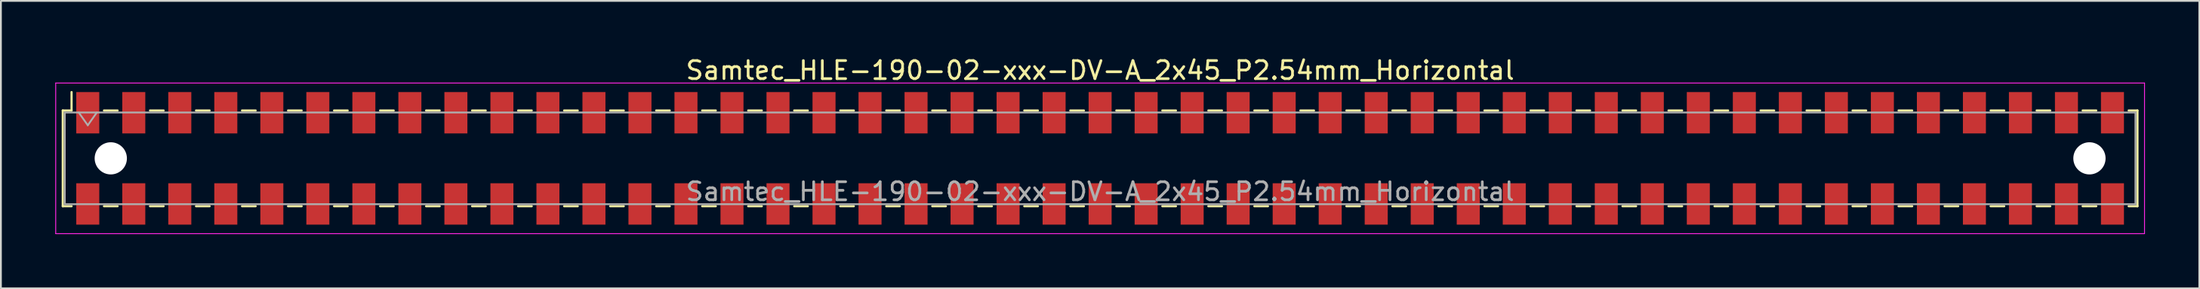
<source format=kicad_pcb>
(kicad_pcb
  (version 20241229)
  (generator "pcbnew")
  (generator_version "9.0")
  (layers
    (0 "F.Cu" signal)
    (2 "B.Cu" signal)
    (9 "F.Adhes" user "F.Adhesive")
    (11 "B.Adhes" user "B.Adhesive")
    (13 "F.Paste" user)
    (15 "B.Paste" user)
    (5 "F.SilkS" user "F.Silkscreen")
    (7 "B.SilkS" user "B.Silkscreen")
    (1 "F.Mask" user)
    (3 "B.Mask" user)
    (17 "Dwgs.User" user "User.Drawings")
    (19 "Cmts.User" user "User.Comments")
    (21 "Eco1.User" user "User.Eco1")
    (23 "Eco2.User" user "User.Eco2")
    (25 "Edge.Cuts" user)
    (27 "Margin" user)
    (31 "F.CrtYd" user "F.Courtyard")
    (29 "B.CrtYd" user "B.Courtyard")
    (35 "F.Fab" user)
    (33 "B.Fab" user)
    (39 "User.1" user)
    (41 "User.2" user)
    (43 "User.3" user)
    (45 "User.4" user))
  (footprint "Samtec_HLE-190-02-xxx-DV-A_2x45_P2.54mm_Horizontal"
    (layer "F.Cu")
    (at 57.675 5.718)
    (property "Reference" "Samtec_HLE-190-02-xxx-DV-A_2x45_P2.54mm_Horizontal" (at 0 -4.87 0) (layer "F.SilkS") (effects (font (size 1 1) (thickness 0.15))))
    (attr smd)
    (fp_line (start -57.26 -2.65) (end -57.26 2.65) (stroke (width 0.12) (type solid)) (layer "F.SilkS"))
    (fp_line (start -57.26 2.65) (end -56.775 2.65) (stroke (width 0.12) (type solid)) (layer "F.SilkS"))
    (fp_line (start -56.775 -3.67) (end -56.775 -2.65) (stroke (width 0.12) (type solid)) (layer "F.SilkS"))
    (fp_line (start -56.775 -2.65) (end -57.26 -2.65) (stroke (width 0.12) (type solid)) (layer "F.SilkS"))
    (fp_line (start -54.985 -2.65) (end -54.235 -2.65) (stroke (width 0.12) (type solid)) (layer "F.SilkS"))
    (fp_line (start -54.985 2.65) (end -54.235 2.65) (stroke (width 0.12) (type solid)) (layer "F.SilkS"))
    (fp_line (start -52.445 -2.65) (end -51.695 -2.65) (stroke (width 0.12) (type solid)) (layer "F.SilkS"))
    (fp_line (start -52.445 2.65) (end -51.695 2.65) (stroke (width 0.12) (type solid)) (layer "F.SilkS"))
    (fp_line (start -49.905 -2.65) (end -49.155 -2.65) (stroke (width 0.12) (type solid)) (layer "F.SilkS"))
    (fp_line (start -49.905 2.65) (end -49.155 2.65) (stroke (width 0.12) (type solid)) (layer "F.SilkS"))
    (fp_line (start -47.365 -2.65) (end -46.615 -2.65) (stroke (width 0.12) (type solid)) (layer "F.SilkS"))
    (fp_line (start -47.365 2.65) (end -46.615 2.65) (stroke (width 0.12) (type solid)) (layer "F.SilkS"))
    (fp_line (start -44.825 -2.65) (end -44.075 -2.65) (stroke (width 0.12) (type solid)) (layer "F.SilkS"))
    (fp_line (start -44.825 2.65) (end -44.075 2.65) (stroke (width 0.12) (type solid)) (layer "F.SilkS"))
    (fp_line (start -42.285 -2.65) (end -41.535 -2.65) (stroke (width 0.12) (type solid)) (layer "F.SilkS"))
    (fp_line (start -42.285 2.65) (end -41.535 2.65) (stroke (width 0.12) (type solid)) (layer "F.SilkS"))
    (fp_line (start -39.745 -2.65) (end -38.995 -2.65) (stroke (width 0.12) (type solid)) (layer "F.SilkS"))
    (fp_line (start -39.745 2.65) (end -38.995 2.65) (stroke (width 0.12) (type solid)) (layer "F.SilkS"))
    (fp_line (start -37.205 -2.65) (end -36.455 -2.65) (stroke (width 0.12) (type solid)) (layer "F.SilkS"))
    (fp_line (start -37.205 2.65) (end -36.455 2.65) (stroke (width 0.12) (type solid)) (layer "F.SilkS"))
    (fp_line (start -34.665 -2.65) (end -33.915 -2.65) (stroke (width 0.12) (type solid)) (layer "F.SilkS"))
    (fp_line (start -34.665 2.65) (end -33.915 2.65) (stroke (width 0.12) (type solid)) (layer "F.SilkS"))
    (fp_line (start -32.125 -2.65) (end -31.375 -2.65) (stroke (width 0.12) (type solid)) (layer "F.SilkS"))
    (fp_line (start -32.125 2.65) (end -31.375 2.65) (stroke (width 0.12) (type solid)) (layer "F.SilkS"))
    (fp_line (start -29.585 -2.65) (end -28.835 -2.65) (stroke (width 0.12) (type solid)) (layer "F.SilkS"))
    (fp_line (start -29.585 2.65) (end -28.835 2.65) (stroke (width 0.12) (type solid)) (layer "F.SilkS"))
    (fp_line (start -27.045 -2.65) (end -26.295 -2.65) (stroke (width 0.12) (type solid)) (layer "F.SilkS"))
    (fp_line (start -27.045 2.65) (end -26.295 2.65) (stroke (width 0.12) (type solid)) (layer "F.SilkS"))
    (fp_line (start -24.505 -2.65) (end -23.755 -2.65) (stroke (width 0.12) (type solid)) (layer "F.SilkS"))
    (fp_line (start -24.505 2.65) (end -23.755 2.65) (stroke (width 0.12) (type solid)) (layer "F.SilkS"))
    (fp_line (start -21.965 -2.65) (end -21.215 -2.65) (stroke (width 0.12) (type solid)) (layer "F.SilkS"))
    (fp_line (start -21.965 2.65) (end -21.215 2.65) (stroke (width 0.12) (type solid)) (layer "F.SilkS"))
    (fp_line (start -19.425 -2.65) (end -18.675 -2.65) (stroke (width 0.12) (type solid)) (layer "F.SilkS"))
    (fp_line (start -19.425 2.65) (end -18.675 2.65) (stroke (width 0.12) (type solid)) (layer "F.SilkS"))
    (fp_line (start -16.885 -2.65) (end -16.135 -2.65) (stroke (width 0.12) (type solid)) (layer "F.SilkS"))
    (fp_line (start -16.885 2.65) (end -16.135 2.65) (stroke (width 0.12) (type solid)) (layer "F.SilkS"))
    (fp_line (start -14.345 -2.65) (end -13.595 -2.65) (stroke (width 0.12) (type solid)) (layer "F.SilkS"))
    (fp_line (start -14.345 2.65) (end -13.595 2.65) (stroke (width 0.12) (type solid)) (layer "F.SilkS"))
    (fp_line (start -11.805 -2.65) (end -11.055 -2.65) (stroke (width 0.12) (type solid)) (layer "F.SilkS"))
    (fp_line (start -11.805 2.65) (end -11.055 2.65) (stroke (width 0.12) (type solid)) (layer "F.SilkS"))
    (fp_line (start -9.265 -2.65) (end -8.515 -2.65) (stroke (width 0.12) (type solid)) (layer "F.SilkS"))
    (fp_line (start -9.265 2.65) (end -8.515 2.65) (stroke (width 0.12) (type solid)) (layer "F.SilkS"))
    (fp_line (start -6.725 -2.65) (end -5.975 -2.65) (stroke (width 0.12) (type solid)) (layer "F.SilkS"))
    (fp_line (start -6.725 2.65) (end -5.975 2.65) (stroke (width 0.12) (type solid)) (layer "F.SilkS"))
    (fp_line (start -4.185 -2.65) (end -3.435 -2.65) (stroke (width 0.12) (type solid)) (layer "F.SilkS"))
    (fp_line (start -4.185 2.65) (end -3.435 2.65) (stroke (width 0.12) (type solid)) (layer "F.SilkS"))
    (fp_line (start -1.645 -2.65) (end -0.895 -2.65) (stroke (width 0.12) (type solid)) (layer "F.SilkS"))
    (fp_line (start -1.645 2.65) (end -0.895 2.65) (stroke (width 0.12) (type solid)) (layer "F.SilkS"))
    (fp_line (start 0.895 -2.65) (end 1.645 -2.65) (stroke (width 0.12) (type solid)) (layer "F.SilkS"))
    (fp_line (start 0.895 2.65) (end 1.645 2.65) (stroke (width 0.12) (type solid)) (layer "F.SilkS"))
    (fp_line (start 3.435 -2.65) (end 4.185 -2.65) (stroke (width 0.12) (type solid)) (layer "F.SilkS"))
    (fp_line (start 3.435 2.65) (end 4.185 2.65) (stroke (width 0.12) (type solid)) (layer "F.SilkS"))
    (fp_line (start 5.975 -2.65) (end 6.725 -2.65) (stroke (width 0.12) (type solid)) (layer "F.SilkS"))
    (fp_line (start 5.975 2.65) (end 6.725 2.65) (stroke (width 0.12) (type solid)) (layer "F.SilkS"))
    (fp_line (start 8.515 -2.65) (end 9.265 -2.65) (stroke (width 0.12) (type solid)) (layer "F.SilkS"))
    (fp_line (start 8.515 2.65) (end 9.265 2.65) (stroke (width 0.12) (type solid)) (layer "F.SilkS"))
    (fp_line (start 11.055 -2.65) (end 11.805 -2.65) (stroke (width 0.12) (type solid)) (layer "F.SilkS"))
    (fp_line (start 11.055 2.65) (end 11.805 2.65) (stroke (width 0.12) (type solid)) (layer "F.SilkS"))
    (fp_line (start 13.595 -2.65) (end 14.345 -2.65) (stroke (width 0.12) (type solid)) (layer "F.SilkS"))
    (fp_line (start 13.595 2.65) (end 14.345 2.65) (stroke (width 0.12) (type solid)) (layer "F.SilkS"))
    (fp_line (start 16.135 -2.65) (end 16.885 -2.65) (stroke (width 0.12) (type solid)) (layer "F.SilkS"))
    (fp_line (start 16.135 2.65) (end 16.885 2.65) (stroke (width 0.12) (type solid)) (layer "F.SilkS"))
    (fp_line (start 18.675 -2.65) (end 19.425 -2.65) (stroke (width 0.12) (type solid)) (layer "F.SilkS"))
    (fp_line (start 18.675 2.65) (end 19.425 2.65) (stroke (width 0.12) (type solid)) (layer "F.SilkS"))
    (fp_line (start 21.215 -2.65) (end 21.965 -2.65) (stroke (width 0.12) (type solid)) (layer "F.SilkS"))
    (fp_line (start 21.215 2.65) (end 21.965 2.65) (stroke (width 0.12) (type solid)) (layer "F.SilkS"))
    (fp_line (start 23.755 -2.65) (end 24.505 -2.65) (stroke (width 0.12) (type solid)) (layer "F.SilkS"))
    (fp_line (start 23.755 2.65) (end 24.505 2.65) (stroke (width 0.12) (type solid)) (layer "F.SilkS"))
    (fp_line (start 26.295 -2.65) (end 27.045 -2.65) (stroke (width 0.12) (type solid)) (layer "F.SilkS"))
    (fp_line (start 26.295 2.65) (end 27.045 2.65) (stroke (width 0.12) (type solid)) (layer "F.SilkS"))
    (fp_line (start 28.835 -2.65) (end 29.585 -2.65) (stroke (width 0.12) (type solid)) (layer "F.SilkS"))
    (fp_line (start 28.835 2.65) (end 29.585 2.65) (stroke (width 0.12) (type solid)) (layer "F.SilkS"))
    (fp_line (start 31.375 -2.65) (end 32.125 -2.65) (stroke (width 0.12) (type solid)) (layer "F.SilkS"))
    (fp_line (start 31.375 2.65) (end 32.125 2.65) (stroke (width 0.12) (type solid)) (layer "F.SilkS"))
    (fp_line (start 33.915 -2.65) (end 34.665 -2.65) (stroke (width 0.12) (type solid)) (layer "F.SilkS"))
    (fp_line (start 33.915 2.65) (end 34.665 2.65) (stroke (width 0.12) (type solid)) (layer "F.SilkS"))
    (fp_line (start 36.455 -2.65) (end 37.205 -2.65) (stroke (width 0.12) (type solid)) (layer "F.SilkS"))
    (fp_line (start 36.455 2.65) (end 37.205 2.65) (stroke (width 0.12) (type solid)) (layer "F.SilkS"))
    (fp_line (start 38.995 -2.65) (end 39.745 -2.65) (stroke (width 0.12) (type solid)) (layer "F.SilkS"))
    (fp_line (start 38.995 2.65) (end 39.745 2.65) (stroke (width 0.12) (type solid)) (layer "F.SilkS"))
    (fp_line (start 41.535 -2.65) (end 42.285 -2.65) (stroke (width 0.12) (type solid)) (layer "F.SilkS"))
    (fp_line (start 41.535 2.65) (end 42.285 2.65) (stroke (width 0.12) (type solid)) (layer "F.SilkS"))
    (fp_line (start 44.075 -2.65) (end 44.825 -2.65) (stroke (width 0.12) (type solid)) (layer "F.SilkS"))
    (fp_line (start 44.075 2.65) (end 44.825 2.65) (stroke (width 0.12) (type solid)) (layer "F.SilkS"))
    (fp_line (start 46.615 -2.65) (end 47.365 -2.65) (stroke (width 0.12) (type solid)) (layer "F.SilkS"))
    (fp_line (start 46.615 2.65) (end 47.365 2.65) (stroke (width 0.12) (type solid)) (layer "F.SilkS"))
    (fp_line (start 49.155 -2.65) (end 49.905 -2.65) (stroke (width 0.12) (type solid)) (layer "F.SilkS"))
    (fp_line (start 49.155 2.65) (end 49.905 2.65) (stroke (width 0.12) (type solid)) (layer "F.SilkS"))
    (fp_line (start 51.695 -2.65) (end 52.445 -2.65) (stroke (width 0.12) (type solid)) (layer "F.SilkS"))
    (fp_line (start 51.695 2.65) (end 52.445 2.65) (stroke (width 0.12) (type solid)) (layer "F.SilkS"))
    (fp_line (start 54.235 -2.65) (end 54.985 -2.65) (stroke (width 0.12) (type solid)) (layer "F.SilkS"))
    (fp_line (start 54.235 2.65) (end 54.985 2.65) (stroke (width 0.12) (type solid)) (layer "F.SilkS"))
    (fp_line (start 56.775 -2.65) (end 57.26 -2.65) (stroke (width 0.12) (type solid)) (layer "F.SilkS"))
    (fp_line (start 57.26 -2.65) (end 57.26 2.65) (stroke (width 0.12) (type solid)) (layer "F.SilkS"))
    (fp_line (start 57.26 2.65) (end 56.775 2.65) (stroke (width 0.12) (type solid)) (layer "F.SilkS"))
    (fp_line (start -57.65 -4.17) (end 57.65 -4.17) (stroke (width 0.05) (type solid)) (layer "F.CrtYd"))
    (fp_line (start -57.65 4.17) (end -57.65 -4.17) (stroke (width 0.05) (type solid)) (layer "F.CrtYd"))
    (fp_line (start 57.65 -4.17) (end 57.65 4.17) (stroke (width 0.05) (type solid)) (layer "F.CrtYd"))
    (fp_line (start 57.65 4.17) (end -57.65 4.17) (stroke (width 0.05) (type solid)) (layer "F.CrtYd"))
    (fp_line (start -57.15 -2.54) (end 57.15 -2.54) (stroke (width 0.1) (type solid)) (layer "F.Fab"))
    (fp_line (start -57.15 2.54) (end -57.15 -2.54) (stroke (width 0.1) (type solid)) (layer "F.Fab"))
    (fp_line (start -56.38 -2.54) (end -55.88 -1.833) (stroke (width 0.1) (type solid)) (layer "F.Fab"))
    (fp_line (start -55.88 -1.833) (end -55.38 -2.54) (stroke (width 0.1) (type solid)) (layer "F.Fab"))
    (fp_line (start 57.15 -2.54) (end 57.15 2.54) (stroke (width 0.1) (type solid)) (layer "F.Fab"))
    (fp_line (start 57.15 2.54) (end -57.15 2.54) (stroke (width 0.1) (type solid)) (layer "F.Fab"))
    (fp_text user "${REFERENCE}" (at 0 1.84 0) (layer "F.Fab") (effects (font (size 1 1) (thickness 0.15))))
    (pad "" np_thru_hole circle (at -54.61 0) (size 1.78 1.78) (drill 1.78) (layers "*.Cu" "*.Mask"))
    (pad "" np_thru_hole circle (at 54.61 0) (size 1.78 1.78) (drill 1.78) (layers "*.Cu" "*.Mask"))
    (pad "1" smd rect (at -55.88 -2.525) (size 1.27 2.29) (layers "F.Cu" "F.Mask" "F.Paste"))
    (pad "2" smd rect (at -55.88 2.525) (size 1.27 2.29) (layers "F.Cu" "F.Mask" "F.Paste"))
    (pad "3" smd rect (at -53.34 -2.525) (size 1.27 2.29) (layers "F.Cu" "F.Mask" "F.Paste"))
    (pad "4" smd rect (at -53.34 2.525) (size 1.27 2.29) (layers "F.Cu" "F.Mask" "F.Paste"))
    (pad "5" smd rect (at -50.8 -2.525) (size 1.27 2.29) (layers "F.Cu" "F.Mask" "F.Paste"))
    (pad "6" smd rect (at -50.8 2.525) (size 1.27 2.29) (layers "F.Cu" "F.Mask" "F.Paste"))
    (pad "7" smd rect (at -48.26 -2.525) (size 1.27 2.29) (layers "F.Cu" "F.Mask" "F.Paste"))
    (pad "8" smd rect (at -48.26 2.525) (size 1.27 2.29) (layers "F.Cu" "F.Mask" "F.Paste"))
    (pad "9" smd rect (at -45.72 -2.525) (size 1.27 2.29) (layers "F.Cu" "F.Mask" "F.Paste"))
    (pad "10" smd rect (at -45.72 2.525) (size 1.27 2.29) (layers "F.Cu" "F.Mask" "F.Paste"))
    (pad "11" smd rect (at -43.18 -2.525) (size 1.27 2.29) (layers "F.Cu" "F.Mask" "F.Paste"))
    (pad "12" smd rect (at -43.18 2.525) (size 1.27 2.29) (layers "F.Cu" "F.Mask" "F.Paste"))
    (pad "13" smd rect (at -40.64 -2.525) (size 1.27 2.29) (layers "F.Cu" "F.Mask" "F.Paste"))
    (pad "14" smd rect (at -40.64 2.525) (size 1.27 2.29) (layers "F.Cu" "F.Mask" "F.Paste"))
    (pad "15" smd rect (at -38.1 -2.525) (size 1.27 2.29) (layers "F.Cu" "F.Mask" "F.Paste"))
    (pad "16" smd rect (at -38.1 2.525) (size 1.27 2.29) (layers "F.Cu" "F.Mask" "F.Paste"))
    (pad "17" smd rect (at -35.56 -2.525) (size 1.27 2.29) (layers "F.Cu" "F.Mask" "F.Paste"))
    (pad "18" smd rect (at -35.56 2.525) (size 1.27 2.29) (layers "F.Cu" "F.Mask" "F.Paste"))
    (pad "19" smd rect (at -33.02 -2.525) (size 1.27 2.29) (layers "F.Cu" "F.Mask" "F.Paste"))
    (pad "20" smd rect (at -33.02 2.525) (size 1.27 2.29) (layers "F.Cu" "F.Mask" "F.Paste"))
    (pad "21" smd rect (at -30.48 -2.525) (size 1.27 2.29) (layers "F.Cu" "F.Mask" "F.Paste"))
    (pad "22" smd rect (at -30.48 2.525) (size 1.27 2.29) (layers "F.Cu" "F.Mask" "F.Paste"))
    (pad "23" smd rect (at -27.94 -2.525) (size 1.27 2.29) (layers "F.Cu" "F.Mask" "F.Paste"))
    (pad "24" smd rect (at -27.94 2.525) (size 1.27 2.29) (layers "F.Cu" "F.Mask" "F.Paste"))
    (pad "25" smd rect (at -25.4 -2.525) (size 1.27 2.29) (layers "F.Cu" "F.Mask" "F.Paste"))
    (pad "26" smd rect (at -25.4 2.525) (size 1.27 2.29) (layers "F.Cu" "F.Mask" "F.Paste"))
    (pad "27" smd rect (at -22.86 -2.525) (size 1.27 2.29) (layers "F.Cu" "F.Mask" "F.Paste"))
    (pad "28" smd rect (at -22.86 2.525) (size 1.27 2.29) (layers "F.Cu" "F.Mask" "F.Paste"))
    (pad "29" smd rect (at -20.32 -2.525) (size 1.27 2.29) (layers "F.Cu" "F.Mask" "F.Paste"))
    (pad "30" smd rect (at -20.32 2.525) (size 1.27 2.29) (layers "F.Cu" "F.Mask" "F.Paste"))
    (pad "31" smd rect (at -17.78 -2.525) (size 1.27 2.29) (layers "F.Cu" "F.Mask" "F.Paste"))
    (pad "32" smd rect (at -17.78 2.525) (size 1.27 2.29) (layers "F.Cu" "F.Mask" "F.Paste"))
    (pad "33" smd rect (at -15.24 -2.525) (size 1.27 2.29) (layers "F.Cu" "F.Mask" "F.Paste"))
    (pad "34" smd rect (at -15.24 2.525) (size 1.27 2.29) (layers "F.Cu" "F.Mask" "F.Paste"))
    (pad "35" smd rect (at -12.7 -2.525) (size 1.27 2.29) (layers "F.Cu" "F.Mask" "F.Paste"))
    (pad "36" smd rect (at -12.7 2.525) (size 1.27 2.29) (layers "F.Cu" "F.Mask" "F.Paste"))
    (pad "37" smd rect (at -10.16 -2.525) (size 1.27 2.29) (layers "F.Cu" "F.Mask" "F.Paste"))
    (pad "38" smd rect (at -10.16 2.525) (size 1.27 2.29) (layers "F.Cu" "F.Mask" "F.Paste"))
    (pad "39" smd rect (at -7.62 -2.525) (size 1.27 2.29) (layers "F.Cu" "F.Mask" "F.Paste"))
    (pad "40" smd rect (at -7.62 2.525) (size 1.27 2.29) (layers "F.Cu" "F.Mask" "F.Paste"))
    (pad "41" smd rect (at -5.08 -2.525) (size 1.27 2.29) (layers "F.Cu" "F.Mask" "F.Paste"))
    (pad "42" smd rect (at -5.08 2.525) (size 1.27 2.29) (layers "F.Cu" "F.Mask" "F.Paste"))
    (pad "43" smd rect (at -2.54 -2.525) (size 1.27 2.29) (layers "F.Cu" "F.Mask" "F.Paste"))
    (pad "44" smd rect (at -2.54 2.525) (size 1.27 2.29) (layers "F.Cu" "F.Mask" "F.Paste"))
    (pad "45" smd rect (at 0 -2.525) (size 1.27 2.29) (layers "F.Cu" "F.Mask" "F.Paste"))
    (pad "46" smd rect (at 0 2.525) (size 1.27 2.29) (layers "F.Cu" "F.Mask" "F.Paste"))
    (pad "47" smd rect (at 2.54 -2.525) (size 1.27 2.29) (layers "F.Cu" "F.Mask" "F.Paste"))
    (pad "48" smd rect (at 2.54 2.525) (size 1.27 2.29) (layers "F.Cu" "F.Mask" "F.Paste"))
    (pad "49" smd rect (at 5.08 -2.525) (size 1.27 2.29) (layers "F.Cu" "F.Mask" "F.Paste"))
    (pad "50" smd rect (at 5.08 2.525) (size 1.27 2.29) (layers "F.Cu" "F.Mask" "F.Paste"))
    (pad "51" smd rect (at 7.62 -2.525) (size 1.27 2.29) (layers "F.Cu" "F.Mask" "F.Paste"))
    (pad "52" smd rect (at 7.62 2.525) (size 1.27 2.29) (layers "F.Cu" "F.Mask" "F.Paste"))
    (pad "53" smd rect (at 10.16 -2.525) (size 1.27 2.29) (layers "F.Cu" "F.Mask" "F.Paste"))
    (pad "54" smd rect (at 10.16 2.525) (size 1.27 2.29) (layers "F.Cu" "F.Mask" "F.Paste"))
    (pad "55" smd rect (at 12.7 -2.525) (size 1.27 2.29) (layers "F.Cu" "F.Mask" "F.Paste"))
    (pad "56" smd rect (at 12.7 2.525) (size 1.27 2.29) (layers "F.Cu" "F.Mask" "F.Paste"))
    (pad "57" smd rect (at 15.24 -2.525) (size 1.27 2.29) (layers "F.Cu" "F.Mask" "F.Paste"))
    (pad "58" smd rect (at 15.24 2.525) (size 1.27 2.29) (layers "F.Cu" "F.Mask" "F.Paste"))
    (pad "59" smd rect (at 17.78 -2.525) (size 1.27 2.29) (layers "F.Cu" "F.Mask" "F.Paste"))
    (pad "60" smd rect (at 17.78 2.525) (size 1.27 2.29) (layers "F.Cu" "F.Mask" "F.Paste"))
    (pad "61" smd rect (at 20.32 -2.525) (size 1.27 2.29) (layers "F.Cu" "F.Mask" "F.Paste"))
    (pad "62" smd rect (at 20.32 2.525) (size 1.27 2.29) (layers "F.Cu" "F.Mask" "F.Paste"))
    (pad "63" smd rect (at 22.86 -2.525) (size 1.27 2.29) (layers "F.Cu" "F.Mask" "F.Paste"))
    (pad "64" smd rect (at 22.86 2.525) (size 1.27 2.29) (layers "F.Cu" "F.Mask" "F.Paste"))
    (pad "65" smd rect (at 25.4 -2.525) (size 1.27 2.29) (layers "F.Cu" "F.Mask" "F.Paste"))
    (pad "66" smd rect (at 25.4 2.525) (size 1.27 2.29) (layers "F.Cu" "F.Mask" "F.Paste"))
    (pad "67" smd rect (at 27.94 -2.525) (size 1.27 2.29) (layers "F.Cu" "F.Mask" "F.Paste"))
    (pad "68" smd rect (at 27.94 2.525) (size 1.27 2.29) (layers "F.Cu" "F.Mask" "F.Paste"))
    (pad "69" smd rect (at 30.48 -2.525) (size 1.27 2.29) (layers "F.Cu" "F.Mask" "F.Paste"))
    (pad "70" smd rect (at 30.48 2.525) (size 1.27 2.29) (layers "F.Cu" "F.Mask" "F.Paste"))
    (pad "71" smd rect (at 33.02 -2.525) (size 1.27 2.29) (layers "F.Cu" "F.Mask" "F.Paste"))
    (pad "72" smd rect (at 33.02 2.525) (size 1.27 2.29) (layers "F.Cu" "F.Mask" "F.Paste"))
    (pad "73" smd rect (at 35.56 -2.525) (size 1.27 2.29) (layers "F.Cu" "F.Mask" "F.Paste"))
    (pad "74" smd rect (at 35.56 2.525) (size 1.27 2.29) (layers "F.Cu" "F.Mask" "F.Paste"))
    (pad "75" smd rect (at 38.1 -2.525) (size 1.27 2.29) (layers "F.Cu" "F.Mask" "F.Paste"))
    (pad "76" smd rect (at 38.1 2.525) (size 1.27 2.29) (layers "F.Cu" "F.Mask" "F.Paste"))
    (pad "77" smd rect (at 40.64 -2.525) (size 1.27 2.29) (layers "F.Cu" "F.Mask" "F.Paste"))
    (pad "78" smd rect (at 40.64 2.525) (size 1.27 2.29) (layers "F.Cu" "F.Mask" "F.Paste"))
    (pad "79" smd rect (at 43.18 -2.525) (size 1.27 2.29) (layers "F.Cu" "F.Mask" "F.Paste"))
    (pad "80" smd rect (at 43.18 2.525) (size 1.27 2.29) (layers "F.Cu" "F.Mask" "F.Paste"))
    (pad "81" smd rect (at 45.72 -2.525) (size 1.27 2.29) (layers "F.Cu" "F.Mask" "F.Paste"))
    (pad "82" smd rect (at 45.72 2.525) (size 1.27 2.29) (layers "F.Cu" "F.Mask" "F.Paste"))
    (pad "83" smd rect (at 48.26 -2.525) (size 1.27 2.29) (layers "F.Cu" "F.Mask" "F.Paste"))
    (pad "84" smd rect (at 48.26 2.525) (size 1.27 2.29) (layers "F.Cu" "F.Mask" "F.Paste"))
    (pad "85" smd rect (at 50.8 -2.525) (size 1.27 2.29) (layers "F.Cu" "F.Mask" "F.Paste"))
    (pad "86" smd rect (at 50.8 2.525) (size 1.27 2.29) (layers "F.Cu" "F.Mask" "F.Paste"))
    (pad "87" smd rect (at 53.34 -2.525) (size 1.27 2.29) (layers "F.Cu" "F.Mask" "F.Paste"))
    (pad "88" smd rect (at 53.34 2.525) (size 1.27 2.29) (layers "F.Cu" "F.Mask" "F.Paste"))
    (pad "89" smd rect (at 55.88 -2.525) (size 1.27 2.29) (layers "F.Cu" "F.Mask" "F.Paste"))
    (pad "90" smd rect (at 55.88 2.525) (size 1.27 2.29) (layers "F.Cu" "F.Mask" "F.Paste")))
  (gr_rect
    (start -3 -3)
    (end 118.35 12.913)
    (stroke (width 0.1) (type default))
    (fill no)
    (layer "Edge.Cuts")))
</source>
